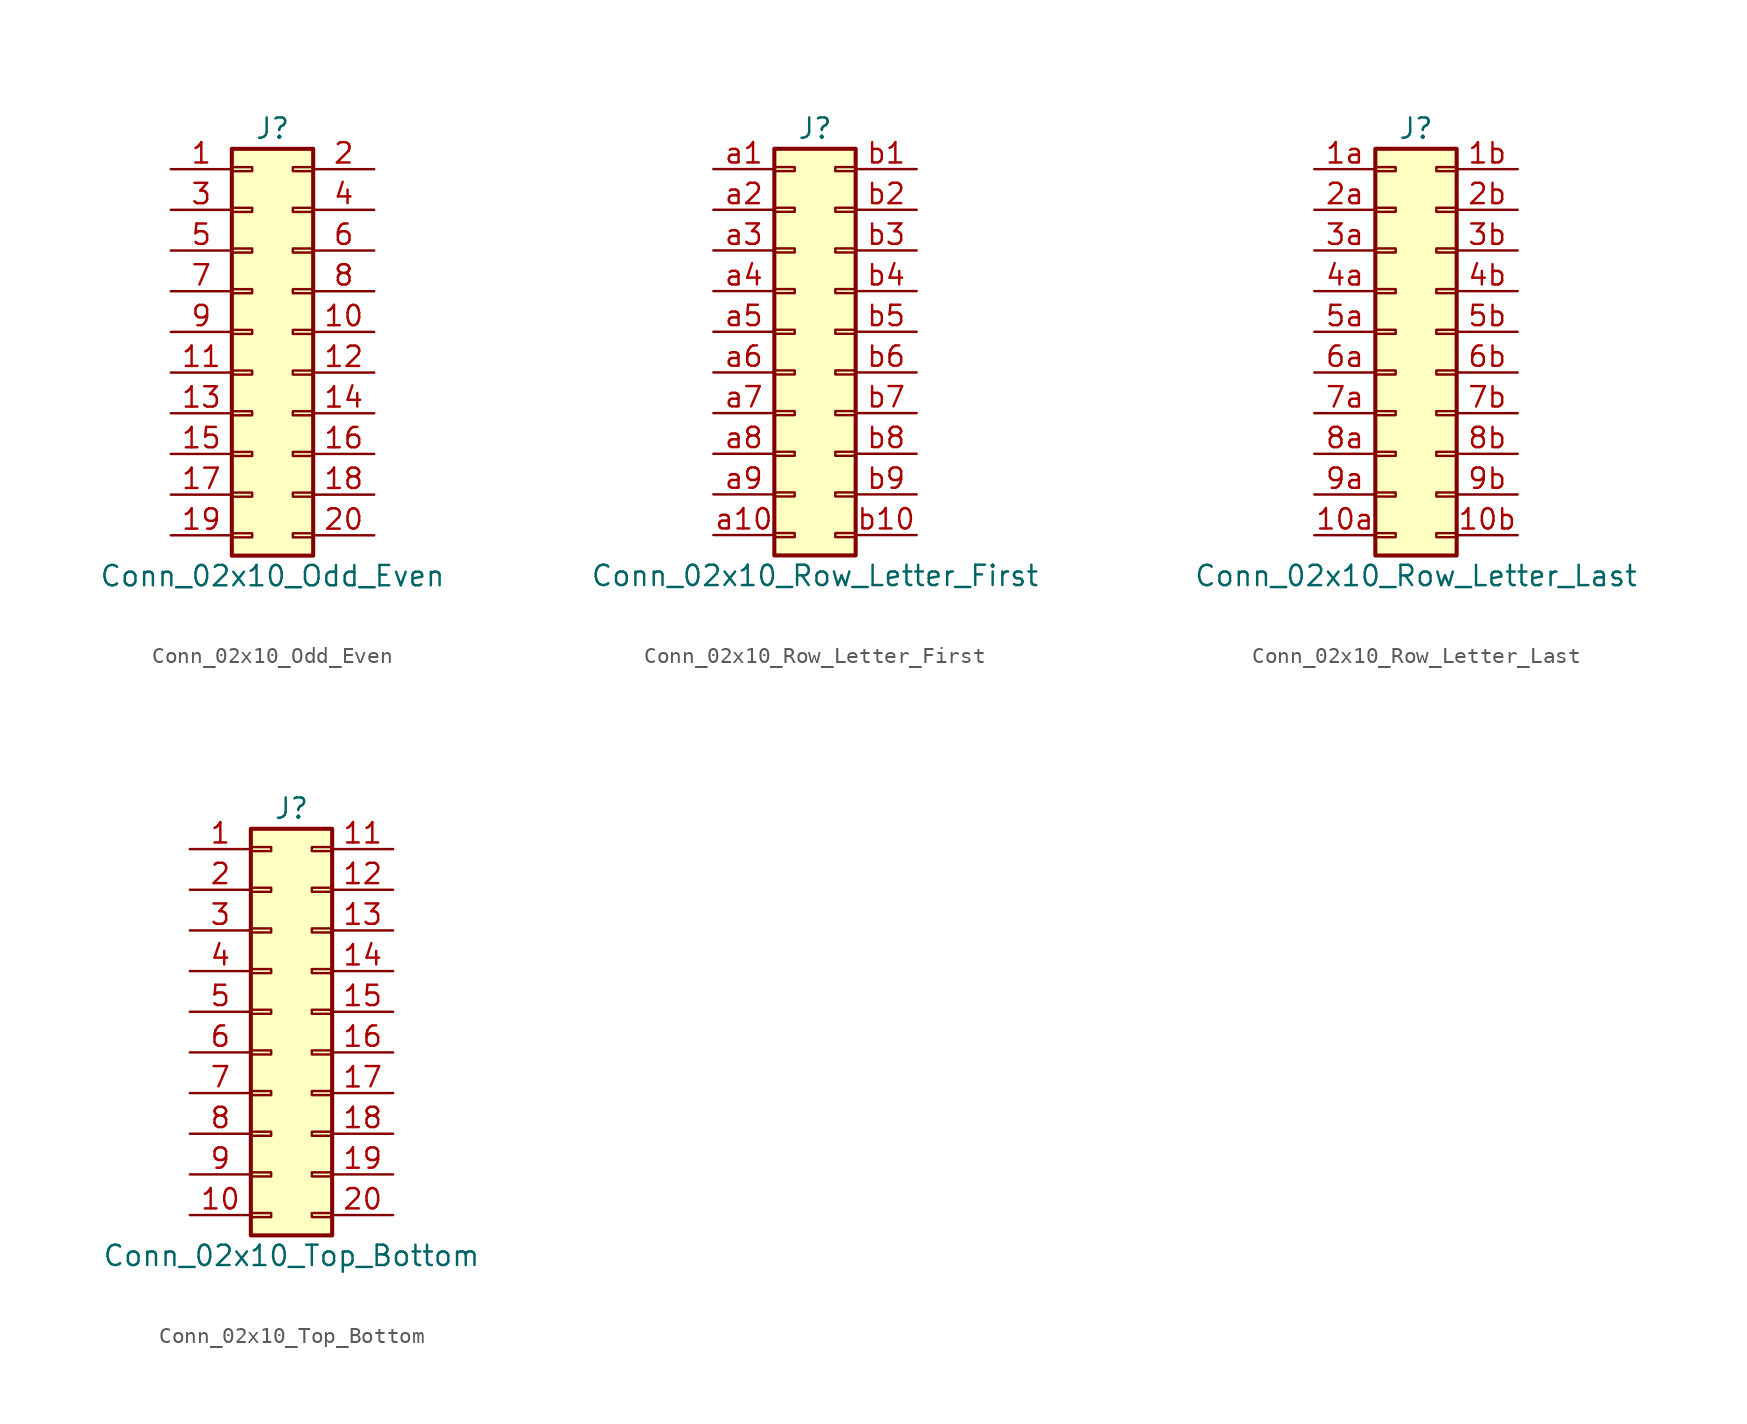
<source format=kicad_sym>
(kicad_symbol_lib
  (version 20201005)
  (generator kicad_symbol_editor)
  (symbol "Connector_Generic:Conn_02x10_Odd_Even"
    (pin_names
      (offset 1.016) hide)
    (property "Reference" "J"
      (at 1.27 12.7 0)
      (effects (font (size 1.27 1.27))))
    (property "Value" "Conn_02x10_Odd_Even"
      (at 1.27 -15.24 0)
      (effects (font (size 1.27 1.27))))
    (symbol "Conn_02x10_Odd_Even_1_1"
      (rectangle (start -1.27 -4.953) (end 0 -5.207) (stroke (width 0.152)) (fill (type none)))
      (rectangle (start -1.27 -7.493) (end 0 -7.747) (stroke (width 0.152)) (fill (type none)))
      (rectangle (start -1.27 -10.033) (end 0 -10.287) (stroke (width 0.152)) (fill (type none)))
      (rectangle (start -1.27 -12.573) (end 0 -12.827) (stroke (width 0.152)) (fill (type none)))
      (rectangle (start -1.27 -2.413) (end 0 -2.667) (stroke (width 0.152)) (fill (type none)))
      (rectangle (start -1.27 2.667) (end 0 2.413) (stroke (width 0.152)) (fill (type none)))
      (rectangle (start -1.27 5.207) (end 0 4.953) (stroke (width 0.152)) (fill (type none)))
      (rectangle (start -1.27 7.747) (end 0 7.493) (stroke (width 0.152)) (fill (type none)))
      (rectangle (start -1.27 10.287) (end 0 10.033) (stroke (width 0.152)) (fill (type none)))
      (rectangle (start -1.27 11.43) (end 3.81 -13.97) (stroke (width 0.254)) (fill (type background)))
      (rectangle (start -1.27 0.127) (end 0 -0.127) (stroke (width 0.152)) (fill (type none)))
      (rectangle (start 3.81 -4.953) (end 2.54 -5.207) (stroke (width 0.152)) (fill (type none)))
      (rectangle (start 3.81 -7.493) (end 2.54 -7.747) (stroke (width 0.152)) (fill (type none)))
      (rectangle (start 3.81 -10.033) (end 2.54 -10.287) (stroke (width 0.152)) (fill (type none)))
      (rectangle (start 3.81 -12.573) (end 2.54 -12.827) (stroke (width 0.152)) (fill (type none)))
      (rectangle (start 3.81 -2.413) (end 2.54 -2.667) (stroke (width 0.152)) (fill (type none)))
      (rectangle (start 3.81 2.667) (end 2.54 2.413) (stroke (width 0.152)) (fill (type none)))
      (rectangle (start 3.81 5.207) (end 2.54 4.953) (stroke (width 0.152)) (fill (type none)))
      (rectangle (start 3.81 7.747) (end 2.54 7.493) (stroke (width 0.152)) (fill (type none)))
      (rectangle (start 3.81 10.287) (end 2.54 10.033) (stroke (width 0.152)) (fill (type none)))
      (rectangle (start 3.81 0.127) (end 2.54 -0.127) (stroke (width 0.152)) (fill (type none)))
      (pin passive line (at -5.08 10.16 0) (length 3.81) (name "Pin_1" (effects (font (size 1.27 1.27)))) (number "1" (effects (font (size 1.27 1.27)))))
      (pin passive line (at 7.62 0 180) (length 3.81) (name "Pin_10" (effects (font (size 1.27 1.27)))) (number "10" (effects (font (size 1.27 1.27)))))
      (pin passive line (at -5.08 -2.54 0) (length 3.81) (name "Pin_11" (effects (font (size 1.27 1.27)))) (number "11" (effects (font (size 1.27 1.27)))))
      (pin passive line (at 7.62 -2.54 180) (length 3.81) (name "Pin_12" (effects (font (size 1.27 1.27)))) (number "12" (effects (font (size 1.27 1.27)))))
      (pin passive line (at -5.08 -5.08 0) (length 3.81) (name "Pin_13" (effects (font (size 1.27 1.27)))) (number "13" (effects (font (size 1.27 1.27)))))
      (pin passive line (at 7.62 -5.08 180) (length 3.81) (name "Pin_14" (effects (font (size 1.27 1.27)))) (number "14" (effects (font (size 1.27 1.27)))))
      (pin passive line (at -5.08 -7.62 0) (length 3.81) (name "Pin_15" (effects (font (size 1.27 1.27)))) (number "15" (effects (font (size 1.27 1.27)))))
      (pin passive line (at 7.62 -7.62 180) (length 3.81) (name "Pin_16" (effects (font (size 1.27 1.27)))) (number "16" (effects (font (size 1.27 1.27)))))
      (pin passive line (at -5.08 -10.16 0) (length 3.81) (name "Pin_17" (effects (font (size 1.27 1.27)))) (number "17" (effects (font (size 1.27 1.27)))))
      (pin passive line (at 7.62 -10.16 180) (length 3.81) (name "Pin_18" (effects (font (size 1.27 1.27)))) (number "18" (effects (font (size 1.27 1.27)))))
      (pin passive line (at -5.08 -12.7 0) (length 3.81) (name "Pin_19" (effects (font (size 1.27 1.27)))) (number "19" (effects (font (size 1.27 1.27)))))
      (pin passive line (at 7.62 10.16 180) (length 3.81) (name "Pin_2" (effects (font (size 1.27 1.27)))) (number "2" (effects (font (size 1.27 1.27)))))
      (pin passive line (at 7.62 -12.7 180) (length 3.81) (name "Pin_20" (effects (font (size 1.27 1.27)))) (number "20" (effects (font (size 1.27 1.27)))))
      (pin passive line (at -5.08 7.62 0) (length 3.81) (name "Pin_3" (effects (font (size 1.27 1.27)))) (number "3" (effects (font (size 1.27 1.27)))))
      (pin passive line (at 7.62 7.62 180) (length 3.81) (name "Pin_4" (effects (font (size 1.27 1.27)))) (number "4" (effects (font (size 1.27 1.27)))))
      (pin passive line (at -5.08 5.08 0) (length 3.81) (name "Pin_5" (effects (font (size 1.27 1.27)))) (number "5" (effects (font (size 1.27 1.27)))))
      (pin passive line (at 7.62 5.08 180) (length 3.81) (name "Pin_6" (effects (font (size 1.27 1.27)))) (number "6" (effects (font (size 1.27 1.27)))))
      (pin passive line (at -5.08 2.54 0) (length 3.81) (name "Pin_7" (effects (font (size 1.27 1.27)))) (number "7" (effects (font (size 1.27 1.27)))))
      (pin passive line (at 7.62 2.54 180) (length 3.81) (name "Pin_8" (effects (font (size 1.27 1.27)))) (number "8" (effects (font (size 1.27 1.27)))))
      (pin passive line (at -5.08 0 0) (length 3.81) (name "Pin_9" (effects (font (size 1.27 1.27)))) (number "9" (effects (font (size 1.27 1.27)))))))
  (symbol "Connector_Generic:Conn_02x10_Row_Letter_First"
    (pin_names
      (offset 1.016) hide)
    (property "Reference" "J"
      (at 1.27 12.7 0)
      (effects (font (size 1.27 1.27))))
    (property "Value" "Conn_02x10_Row_Letter_First"
      (at 1.27 -15.24 0)
      (effects (font (size 1.27 1.27))))
    (symbol "Conn_02x10_Row_Letter_First_1_1"
      (rectangle (start -1.27 -4.953) (end 0 -5.207) (stroke (width 0.152)) (fill (type none)))
      (rectangle (start -1.27 -7.493) (end 0 -7.747) (stroke (width 0.152)) (fill (type none)))
      (rectangle (start -1.27 -10.033) (end 0 -10.287) (stroke (width 0.152)) (fill (type none)))
      (rectangle (start -1.27 -12.573) (end 0 -12.827) (stroke (width 0.152)) (fill (type none)))
      (rectangle (start -1.27 -2.413) (end 0 -2.667) (stroke (width 0.152)) (fill (type none)))
      (rectangle (start -1.27 2.667) (end 0 2.413) (stroke (width 0.152)) (fill (type none)))
      (rectangle (start -1.27 5.207) (end 0 4.953) (stroke (width 0.152)) (fill (type none)))
      (rectangle (start -1.27 7.747) (end 0 7.493) (stroke (width 0.152)) (fill (type none)))
      (rectangle (start -1.27 10.287) (end 0 10.033) (stroke (width 0.152)) (fill (type none)))
      (rectangle (start -1.27 11.43) (end 3.81 -13.97) (stroke (width 0.254)) (fill (type background)))
      (rectangle (start -1.27 0.127) (end 0 -0.127) (stroke (width 0.152)) (fill (type none)))
      (rectangle (start 3.81 -4.953) (end 2.54 -5.207) (stroke (width 0.152)) (fill (type none)))
      (rectangle (start 3.81 -7.493) (end 2.54 -7.747) (stroke (width 0.152)) (fill (type none)))
      (rectangle (start 3.81 -10.033) (end 2.54 -10.287) (stroke (width 0.152)) (fill (type none)))
      (rectangle (start 3.81 -12.573) (end 2.54 -12.827) (stroke (width 0.152)) (fill (type none)))
      (rectangle (start 3.81 -2.413) (end 2.54 -2.667) (stroke (width 0.152)) (fill (type none)))
      (rectangle (start 3.81 2.667) (end 2.54 2.413) (stroke (width 0.152)) (fill (type none)))
      (rectangle (start 3.81 5.207) (end 2.54 4.953) (stroke (width 0.152)) (fill (type none)))
      (rectangle (start 3.81 7.747) (end 2.54 7.493) (stroke (width 0.152)) (fill (type none)))
      (rectangle (start 3.81 10.287) (end 2.54 10.033) (stroke (width 0.152)) (fill (type none)))
      (rectangle (start 3.81 0.127) (end 2.54 -0.127) (stroke (width 0.152)) (fill (type none)))
      (pin passive line (at -5.08 10.16 0) (length 3.81) (name "Pin_a1" (effects (font (size 1.27 1.27)))) (number "a1" (effects (font (size 1.27 1.27)))))
      (pin passive line (at -5.08 -12.7 0) (length 3.81) (name "Pin_a10" (effects (font (size 1.27 1.27)))) (number "a10" (effects (font (size 1.27 1.27)))))
      (pin passive line (at -5.08 7.62 0) (length 3.81) (name "Pin_a2" (effects (font (size 1.27 1.27)))) (number "a2" (effects (font (size 1.27 1.27)))))
      (pin passive line (at -5.08 5.08 0) (length 3.81) (name "Pin_a3" (effects (font (size 1.27 1.27)))) (number "a3" (effects (font (size 1.27 1.27)))))
      (pin passive line (at -5.08 2.54 0) (length 3.81) (name "Pin_a4" (effects (font (size 1.27 1.27)))) (number "a4" (effects (font (size 1.27 1.27)))))
      (pin passive line (at -5.08 0 0) (length 3.81) (name "Pin_a5" (effects (font (size 1.27 1.27)))) (number "a5" (effects (font (size 1.27 1.27)))))
      (pin passive line (at -5.08 -2.54 0) (length 3.81) (name "Pin_a6" (effects (font (size 1.27 1.27)))) (number "a6" (effects (font (size 1.27 1.27)))))
      (pin passive line (at -5.08 -5.08 0) (length 3.81) (name "Pin_a7" (effects (font (size 1.27 1.27)))) (number "a7" (effects (font (size 1.27 1.27)))))
      (pin passive line (at -5.08 -7.62 0) (length 3.81) (name "Pin_a8" (effects (font (size 1.27 1.27)))) (number "a8" (effects (font (size 1.27 1.27)))))
      (pin passive line (at -5.08 -10.16 0) (length 3.81) (name "Pin_a9" (effects (font (size 1.27 1.27)))) (number "a9" (effects (font (size 1.27 1.27)))))
      (pin passive line (at 7.62 10.16 180) (length 3.81) (name "Pin_b1" (effects (font (size 1.27 1.27)))) (number "b1" (effects (font (size 1.27 1.27)))))
      (pin passive line (at 7.62 -12.7 180) (length 3.81) (name "Pin_b10" (effects (font (size 1.27 1.27)))) (number "b10" (effects (font (size 1.27 1.27)))))
      (pin passive line (at 7.62 7.62 180) (length 3.81) (name "Pin_b2" (effects (font (size 1.27 1.27)))) (number "b2" (effects (font (size 1.27 1.27)))))
      (pin passive line (at 7.62 5.08 180) (length 3.81) (name "Pin_b3" (effects (font (size 1.27 1.27)))) (number "b3" (effects (font (size 1.27 1.27)))))
      (pin passive line (at 7.62 2.54 180) (length 3.81) (name "Pin_b4" (effects (font (size 1.27 1.27)))) (number "b4" (effects (font (size 1.27 1.27)))))
      (pin passive line (at 7.62 0 180) (length 3.81) (name "Pin_b5" (effects (font (size 1.27 1.27)))) (number "b5" (effects (font (size 1.27 1.27)))))
      (pin passive line (at 7.62 -2.54 180) (length 3.81) (name "Pin_b6" (effects (font (size 1.27 1.27)))) (number "b6" (effects (font (size 1.27 1.27)))))
      (pin passive line (at 7.62 -5.08 180) (length 3.81) (name "Pin_b7" (effects (font (size 1.27 1.27)))) (number "b7" (effects (font (size 1.27 1.27)))))
      (pin passive line (at 7.62 -7.62 180) (length 3.81) (name "Pin_b8" (effects (font (size 1.27 1.27)))) (number "b8" (effects (font (size 1.27 1.27)))))
      (pin passive line (at 7.62 -10.16 180) (length 3.81) (name "Pin_b9" (effects (font (size 1.27 1.27)))) (number "b9" (effects (font (size 1.27 1.27)))))))
  (symbol "Connector_Generic:Conn_02x10_Row_Letter_Last"
    (pin_names
      (offset 1.016) hide)
    (property "Reference" "J"
      (at 1.27 12.7 0)
      (effects (font (size 1.27 1.27))))
    (property "Value" "Conn_02x10_Row_Letter_Last"
      (at 1.27 -15.24 0)
      (effects (font (size 1.27 1.27))))
    (symbol "Conn_02x10_Row_Letter_Last_1_1"
      (rectangle (start -1.27 -4.953) (end 0 -5.207) (stroke (width 0.152)) (fill (type none)))
      (rectangle (start -1.27 -7.493) (end 0 -7.747) (stroke (width 0.152)) (fill (type none)))
      (rectangle (start -1.27 -10.033) (end 0 -10.287) (stroke (width 0.152)) (fill (type none)))
      (rectangle (start -1.27 -12.573) (end 0 -12.827) (stroke (width 0.152)) (fill (type none)))
      (rectangle (start -1.27 -2.413) (end 0 -2.667) (stroke (width 0.152)) (fill (type none)))
      (rectangle (start -1.27 2.667) (end 0 2.413) (stroke (width 0.152)) (fill (type none)))
      (rectangle (start -1.27 5.207) (end 0 4.953) (stroke (width 0.152)) (fill (type none)))
      (rectangle (start -1.27 7.747) (end 0 7.493) (stroke (width 0.152)) (fill (type none)))
      (rectangle (start -1.27 10.287) (end 0 10.033) (stroke (width 0.152)) (fill (type none)))
      (rectangle (start -1.27 11.43) (end 3.81 -13.97) (stroke (width 0.254)) (fill (type background)))
      (rectangle (start -1.27 0.127) (end 0 -0.127) (stroke (width 0.152)) (fill (type none)))
      (rectangle (start 3.81 -4.953) (end 2.54 -5.207) (stroke (width 0.152)) (fill (type none)))
      (rectangle (start 3.81 -7.493) (end 2.54 -7.747) (stroke (width 0.152)) (fill (type none)))
      (rectangle (start 3.81 -10.033) (end 2.54 -10.287) (stroke (width 0.152)) (fill (type none)))
      (rectangle (start 3.81 -12.573) (end 2.54 -12.827) (stroke (width 0.152)) (fill (type none)))
      (rectangle (start 3.81 -2.413) (end 2.54 -2.667) (stroke (width 0.152)) (fill (type none)))
      (rectangle (start 3.81 2.667) (end 2.54 2.413) (stroke (width 0.152)) (fill (type none)))
      (rectangle (start 3.81 5.207) (end 2.54 4.953) (stroke (width 0.152)) (fill (type none)))
      (rectangle (start 3.81 7.747) (end 2.54 7.493) (stroke (width 0.152)) (fill (type none)))
      (rectangle (start 3.81 10.287) (end 2.54 10.033) (stroke (width 0.152)) (fill (type none)))
      (rectangle (start 3.81 0.127) (end 2.54 -0.127) (stroke (width 0.152)) (fill (type none)))
      (pin passive line (at -5.08 -12.7 0) (length 3.81) (name "Pin_10a" (effects (font (size 1.27 1.27)))) (number "10a" (effects (font (size 1.27 1.27)))))
      (pin passive line (at 7.62 -12.7 180) (length 3.81) (name "Pin_10b" (effects (font (size 1.27 1.27)))) (number "10b" (effects (font (size 1.27 1.27)))))
      (pin passive line (at -5.08 10.16 0) (length 3.81) (name "Pin_1a" (effects (font (size 1.27 1.27)))) (number "1a" (effects (font (size 1.27 1.27)))))
      (pin passive line (at 7.62 10.16 180) (length 3.81) (name "Pin_1b" (effects (font (size 1.27 1.27)))) (number "1b" (effects (font (size 1.27 1.27)))))
      (pin passive line (at -5.08 7.62 0) (length 3.81) (name "Pin_2a" (effects (font (size 1.27 1.27)))) (number "2a" (effects (font (size 1.27 1.27)))))
      (pin passive line (at 7.62 7.62 180) (length 3.81) (name "Pin_2b" (effects (font (size 1.27 1.27)))) (number "2b" (effects (font (size 1.27 1.27)))))
      (pin passive line (at -5.08 5.08 0) (length 3.81) (name "Pin_3a" (effects (font (size 1.27 1.27)))) (number "3a" (effects (font (size 1.27 1.27)))))
      (pin passive line (at 7.62 5.08 180) (length 3.81) (name "Pin_3b" (effects (font (size 1.27 1.27)))) (number "3b" (effects (font (size 1.27 1.27)))))
      (pin passive line (at -5.08 2.54 0) (length 3.81) (name "Pin_4a" (effects (font (size 1.27 1.27)))) (number "4a" (effects (font (size 1.27 1.27)))))
      (pin passive line (at 7.62 2.54 180) (length 3.81) (name "Pin_4b" (effects (font (size 1.27 1.27)))) (number "4b" (effects (font (size 1.27 1.27)))))
      (pin passive line (at -5.08 0 0) (length 3.81) (name "Pin_5a" (effects (font (size 1.27 1.27)))) (number "5a" (effects (font (size 1.27 1.27)))))
      (pin passive line (at 7.62 0 180) (length 3.81) (name "Pin_5b" (effects (font (size 1.27 1.27)))) (number "5b" (effects (font (size 1.27 1.27)))))
      (pin passive line (at -5.08 -2.54 0) (length 3.81) (name "Pin_6a" (effects (font (size 1.27 1.27)))) (number "6a" (effects (font (size 1.27 1.27)))))
      (pin passive line (at 7.62 -2.54 180) (length 3.81) (name "Pin_6b" (effects (font (size 1.27 1.27)))) (number "6b" (effects (font (size 1.27 1.27)))))
      (pin passive line (at -5.08 -5.08 0) (length 3.81) (name "Pin_7a" (effects (font (size 1.27 1.27)))) (number "7a" (effects (font (size 1.27 1.27)))))
      (pin passive line (at 7.62 -5.08 180) (length 3.81) (name "Pin_7b" (effects (font (size 1.27 1.27)))) (number "7b" (effects (font (size 1.27 1.27)))))
      (pin passive line (at -5.08 -7.62 0) (length 3.81) (name "Pin_8a" (effects (font (size 1.27 1.27)))) (number "8a" (effects (font (size 1.27 1.27)))))
      (pin passive line (at 7.62 -7.62 180) (length 3.81) (name "Pin_8b" (effects (font (size 1.27 1.27)))) (number "8b" (effects (font (size 1.27 1.27)))))
      (pin passive line (at -5.08 -10.16 0) (length 3.81) (name "Pin_9a" (effects (font (size 1.27 1.27)))) (number "9a" (effects (font (size 1.27 1.27)))))
      (pin passive line (at 7.62 -10.16 180) (length 3.81) (name "Pin_9b" (effects (font (size 1.27 1.27)))) (number "9b" (effects (font (size 1.27 1.27)))))))
  (symbol "Connector_Generic:Conn_02x10_Top_Bottom"
    (pin_names
      (offset 1.016) hide)
    (property "Reference" "J"
      (at 1.27 12.7 0)
      (effects (font (size 1.27 1.27))))
    (property "Value" "Conn_02x10_Top_Bottom"
      (at 1.27 -15.24 0)
      (effects (font (size 1.27 1.27))))
    (symbol "Conn_02x10_Top_Bottom_1_1"
      (rectangle (start -1.27 -4.953) (end 0 -5.207) (stroke (width 0.152)) (fill (type none)))
      (rectangle (start -1.27 -7.493) (end 0 -7.747) (stroke (width 0.152)) (fill (type none)))
      (rectangle (start -1.27 -10.033) (end 0 -10.287) (stroke (width 0.152)) (fill (type none)))
      (rectangle (start -1.27 -12.573) (end 0 -12.827) (stroke (width 0.152)) (fill (type none)))
      (rectangle (start -1.27 -2.413) (end 0 -2.667) (stroke (width 0.152)) (fill (type none)))
      (rectangle (start -1.27 2.667) (end 0 2.413) (stroke (width 0.152)) (fill (type none)))
      (rectangle (start -1.27 5.207) (end 0 4.953) (stroke (width 0.152)) (fill (type none)))
      (rectangle (start -1.27 7.747) (end 0 7.493) (stroke (width 0.152)) (fill (type none)))
      (rectangle (start -1.27 10.287) (end 0 10.033) (stroke (width 0.152)) (fill (type none)))
      (rectangle (start -1.27 11.43) (end 3.81 -13.97) (stroke (width 0.254)) (fill (type background)))
      (rectangle (start -1.27 0.127) (end 0 -0.127) (stroke (width 0.152)) (fill (type none)))
      (rectangle (start 3.81 -4.953) (end 2.54 -5.207) (stroke (width 0.152)) (fill (type none)))
      (rectangle (start 3.81 -7.493) (end 2.54 -7.747) (stroke (width 0.152)) (fill (type none)))
      (rectangle (start 3.81 -10.033) (end 2.54 -10.287) (stroke (width 0.152)) (fill (type none)))
      (rectangle (start 3.81 -12.573) (end 2.54 -12.827) (stroke (width 0.152)) (fill (type none)))
      (rectangle (start 3.81 -2.413) (end 2.54 -2.667) (stroke (width 0.152)) (fill (type none)))
      (rectangle (start 3.81 2.667) (end 2.54 2.413) (stroke (width 0.152)) (fill (type none)))
      (rectangle (start 3.81 5.207) (end 2.54 4.953) (stroke (width 0.152)) (fill (type none)))
      (rectangle (start 3.81 7.747) (end 2.54 7.493) (stroke (width 0.152)) (fill (type none)))
      (rectangle (start 3.81 10.287) (end 2.54 10.033) (stroke (width 0.152)) (fill (type none)))
      (rectangle (start 3.81 0.127) (end 2.54 -0.127) (stroke (width 0.152)) (fill (type none)))
      (pin passive line (at -5.08 10.16 0) (length 3.81) (name "Pin_1" (effects (font (size 1.27 1.27)))) (number "1" (effects (font (size 1.27 1.27)))))
      (pin passive line (at -5.08 -12.7 0) (length 3.81) (name "Pin_10" (effects (font (size 1.27 1.27)))) (number "10" (effects (font (size 1.27 1.27)))))
      (pin passive line (at 7.62 10.16 180) (length 3.81) (name "Pin_11" (effects (font (size 1.27 1.27)))) (number "11" (effects (font (size 1.27 1.27)))))
      (pin passive line (at 7.62 7.62 180) (length 3.81) (name "Pin_12" (effects (font (size 1.27 1.27)))) (number "12" (effects (font (size 1.27 1.27)))))
      (pin passive line (at 7.62 5.08 180) (length 3.81) (name "Pin_13" (effects (font (size 1.27 1.27)))) (number "13" (effects (font (size 1.27 1.27)))))
      (pin passive line (at 7.62 2.54 180) (length 3.81) (name "Pin_14" (effects (font (size 1.27 1.27)))) (number "14" (effects (font (size 1.27 1.27)))))
      (pin passive line (at 7.62 0 180) (length 3.81) (name "Pin_15" (effects (font (size 1.27 1.27)))) (number "15" (effects (font (size 1.27 1.27)))))
      (pin passive line (at 7.62 -2.54 180) (length 3.81) (name "Pin_16" (effects (font (size 1.27 1.27)))) (number "16" (effects (font (size 1.27 1.27)))))
      (pin passive line (at 7.62 -5.08 180) (length 3.81) (name "Pin_17" (effects (font (size 1.27 1.27)))) (number "17" (effects (font (size 1.27 1.27)))))
      (pin passive line (at 7.62 -7.62 180) (length 3.81) (name "Pin_18" (effects (font (size 1.27 1.27)))) (number "18" (effects (font (size 1.27 1.27)))))
      (pin passive line (at 7.62 -10.16 180) (length 3.81) (name "Pin_19" (effects (font (size 1.27 1.27)))) (number "19" (effects (font (size 1.27 1.27)))))
      (pin passive line (at -5.08 7.62 0) (length 3.81) (name "Pin_2" (effects (font (size 1.27 1.27)))) (number "2" (effects (font (size 1.27 1.27)))))
      (pin passive line (at 7.62 -12.7 180) (length 3.81) (name "Pin_20" (effects (font (size 1.27 1.27)))) (number "20" (effects (font (size 1.27 1.27)))))
      (pin passive line (at -5.08 5.08 0) (length 3.81) (name "Pin_3" (effects (font (size 1.27 1.27)))) (number "3" (effects (font (size 1.27 1.27)))))
      (pin passive line (at -5.08 2.54 0) (length 3.81) (name "Pin_4" (effects (font (size 1.27 1.27)))) (number "4" (effects (font (size 1.27 1.27)))))
      (pin passive line (at -5.08 0 0) (length 3.81) (name "Pin_5" (effects (font (size 1.27 1.27)))) (number "5" (effects (font (size 1.27 1.27)))))
      (pin passive line (at -5.08 -2.54 0) (length 3.81) (name "Pin_6" (effects (font (size 1.27 1.27)))) (number "6" (effects (font (size 1.27 1.27)))))
      (pin passive line (at -5.08 -5.08 0) (length 3.81) (name "Pin_7" (effects (font (size 1.27 1.27)))) (number "7" (effects (font (size 1.27 1.27)))))
      (pin passive line (at -5.08 -7.62 0) (length 3.81) (name "Pin_8" (effects (font (size 1.27 1.27)))) (number "8" (effects (font (size 1.27 1.27)))))
      (pin passive line (at -5.08 -10.16 0) (length 3.81) (name "Pin_9" (effects (font (size 1.27 1.27)))) (number "9" (effects (font (size 1.27 1.27))))))))
</source>
